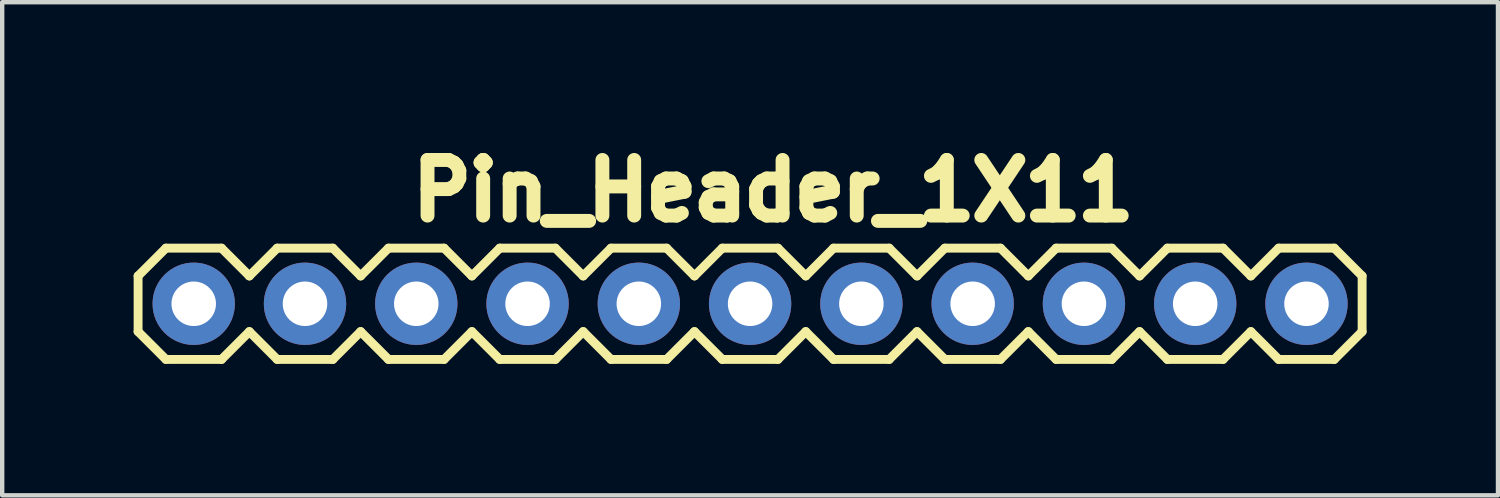
<source format=kicad_pcb>
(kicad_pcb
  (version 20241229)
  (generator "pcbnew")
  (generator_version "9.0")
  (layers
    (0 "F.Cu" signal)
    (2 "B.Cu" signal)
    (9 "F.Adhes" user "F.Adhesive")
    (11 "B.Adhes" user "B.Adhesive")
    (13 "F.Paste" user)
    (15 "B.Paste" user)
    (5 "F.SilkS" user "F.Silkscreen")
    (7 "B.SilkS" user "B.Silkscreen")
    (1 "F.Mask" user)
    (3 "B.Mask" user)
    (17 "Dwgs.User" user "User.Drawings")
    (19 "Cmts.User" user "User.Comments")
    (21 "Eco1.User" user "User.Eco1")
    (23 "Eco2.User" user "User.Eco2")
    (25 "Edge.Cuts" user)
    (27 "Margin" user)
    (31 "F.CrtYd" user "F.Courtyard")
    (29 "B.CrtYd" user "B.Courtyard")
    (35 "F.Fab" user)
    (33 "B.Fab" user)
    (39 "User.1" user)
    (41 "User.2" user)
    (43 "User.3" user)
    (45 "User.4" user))
  (footprint "Pin_Header_1X11"
    (layer "F.Cu")
    (at 12.772 3.764)
    (property "Reference" "Pin_Header_1X11" (at 1.829 -2.464 0) (layer "F.SilkS") (effects (font (size 1.27 1.27) (thickness 0.318))))
    (attr exclude_from_pos_files exclude_from_bom)
    (fp_line (start -12.67 -0.515) (end -12.67 0.755) (stroke (width 0.203) (type solid)) (layer "F.SilkS"))
    (fp_line (start -12.67 0.755) (end -12.035 1.39) (stroke (width 0.203) (type solid)) (layer "F.SilkS"))
    (fp_line (start -12.035 -1.15) (end -12.67 -0.515) (stroke (width 0.203) (type solid)) (layer "F.SilkS"))
    (fp_line (start -12.035 -1.15) (end -10.765 -1.15) (stroke (width 0.203) (type solid)) (layer "F.SilkS"))
    (fp_line (start -10.765 -1.15) (end -10.13 -0.515) (stroke (width 0.203) (type solid)) (layer "F.SilkS"))
    (fp_line (start -10.765 1.39) (end -12.035 1.39) (stroke (width 0.203) (type solid)) (layer "F.SilkS"))
    (fp_line (start -10.13 -0.515) (end -9.495 -1.15) (stroke (width 0.203) (type solid)) (layer "F.SilkS"))
    (fp_line (start -10.13 0.755) (end -10.765 1.39) (stroke (width 0.203) (type solid)) (layer "F.SilkS"))
    (fp_line (start -9.495 -1.15) (end -8.225 -1.15) (stroke (width 0.203) (type solid)) (layer "F.SilkS"))
    (fp_line (start -9.495 1.39) (end -10.13 0.755) (stroke (width 0.203) (type solid)) (layer "F.SilkS"))
    (fp_line (start -8.225 -1.15) (end -7.59 -0.515) (stroke (width 0.203) (type solid)) (layer "F.SilkS"))
    (fp_line (start -8.225 1.39) (end -9.495 1.39) (stroke (width 0.203) (type solid)) (layer "F.SilkS"))
    (fp_line (start -7.59 -0.515) (end -6.955 -1.15) (stroke (width 0.203) (type solid)) (layer "F.SilkS"))
    (fp_line (start -7.59 0.755) (end -8.225 1.39) (stroke (width 0.203) (type solid)) (layer "F.SilkS"))
    (fp_line (start -6.955 -1.15) (end -5.685 -1.15) (stroke (width 0.203) (type solid)) (layer "F.SilkS"))
    (fp_line (start -6.955 1.39) (end -7.59 0.755) (stroke (width 0.203) (type solid)) (layer "F.SilkS"))
    (fp_line (start -5.685 -1.15) (end -5.05 -0.515) (stroke (width 0.203) (type solid)) (layer "F.SilkS"))
    (fp_line (start -5.685 1.39) (end -6.955 1.39) (stroke (width 0.203) (type solid)) (layer "F.SilkS"))
    (fp_line (start -5.05 0.755) (end -5.685 1.39) (stroke (width 0.203) (type solid)) (layer "F.SilkS"))
    (fp_line (start -5.05 0.755) (end -4.415 1.39) (stroke (width 0.203) (type solid)) (layer "F.SilkS"))
    (fp_line (start -4.415 -1.15) (end -5.05 -0.515) (stroke (width 0.203) (type solid)) (layer "F.SilkS"))
    (fp_line (start -4.415 -1.15) (end -3.145 -1.15) (stroke (width 0.203) (type solid)) (layer "F.SilkS"))
    (fp_line (start -3.145 -1.15) (end -2.51 -0.515) (stroke (width 0.203) (type solid)) (layer "F.SilkS"))
    (fp_line (start -3.145 1.39) (end -4.415 1.39) (stroke (width 0.203) (type solid)) (layer "F.SilkS"))
    (fp_line (start -2.51 -0.515) (end -1.875 -1.15) (stroke (width 0.203) (type solid)) (layer "F.SilkS"))
    (fp_line (start -2.51 0.755) (end -3.145 1.39) (stroke (width 0.203) (type solid)) (layer "F.SilkS"))
    (fp_line (start -1.875 -1.15) (end -0.605 -1.15) (stroke (width 0.203) (type solid)) (layer "F.SilkS"))
    (fp_line (start -1.875 1.39) (end -2.51 0.755) (stroke (width 0.203) (type solid)) (layer "F.SilkS"))
    (fp_line (start -0.605 -1.15) (end 0.03 -0.515) (stroke (width 0.203) (type solid)) (layer "F.SilkS"))
    (fp_line (start -0.605 1.39) (end -1.875 1.39) (stroke (width 0.203) (type solid)) (layer "F.SilkS"))
    (fp_line (start 0.03 -0.515) (end 0.665 -1.15) (stroke (width 0.203) (type solid)) (layer "F.SilkS"))
    (fp_line (start 0.03 0.755) (end -0.605 1.39) (stroke (width 0.203) (type solid)) (layer "F.SilkS"))
    (fp_line (start 0.665 -1.15) (end 1.935 -1.15) (stroke (width 0.203) (type solid)) (layer "F.SilkS"))
    (fp_line (start 0.665 1.39) (end 0.03 0.755) (stroke (width 0.203) (type solid)) (layer "F.SilkS"))
    (fp_line (start 1.935 -1.15) (end 2.57 -0.515) (stroke (width 0.203) (type solid)) (layer "F.SilkS"))
    (fp_line (start 1.935 1.39) (end 0.665 1.39) (stroke (width 0.203) (type solid)) (layer "F.SilkS"))
    (fp_line (start 2.57 0.755) (end 1.935 1.39) (stroke (width 0.203) (type solid)) (layer "F.SilkS"))
    (fp_line (start 2.57 0.755) (end 3.205 1.39) (stroke (width 0.203) (type solid)) (layer "F.SilkS"))
    (fp_line (start 3.205 -1.15) (end 2.57 -0.515) (stroke (width 0.203) (type solid)) (layer "F.SilkS"))
    (fp_line (start 3.205 -1.15) (end 4.475 -1.15) (stroke (width 0.203) (type solid)) (layer "F.SilkS"))
    (fp_line (start 4.475 -1.15) (end 5.11 -0.515) (stroke (width 0.203) (type solid)) (layer "F.SilkS"))
    (fp_line (start 4.475 1.39) (end 3.205 1.39) (stroke (width 0.203) (type solid)) (layer "F.SilkS"))
    (fp_line (start 5.11 0.755) (end 4.475 1.39) (stroke (width 0.203) (type solid)) (layer "F.SilkS"))
    (fp_line (start 5.11 0.755) (end 5.745 1.39) (stroke (width 0.203) (type solid)) (layer "F.SilkS"))
    (fp_line (start 5.745 -1.15) (end 5.11 -0.515) (stroke (width 0.203) (type solid)) (layer "F.SilkS"))
    (fp_line (start 5.745 -1.15) (end 7.015 -1.15) (stroke (width 0.203) (type solid)) (layer "F.SilkS"))
    (fp_line (start 7.015 -1.15) (end 7.65 -0.515) (stroke (width 0.203) (type solid)) (layer "F.SilkS"))
    (fp_line (start 7.015 1.39) (end 5.745 1.39) (stroke (width 0.203) (type solid)) (layer "F.SilkS"))
    (fp_line (start 7.65 0.755) (end 7.015 1.39) (stroke (width 0.203) (type solid)) (layer "F.SilkS"))
    (fp_line (start 7.65 0.755) (end 8.285 1.39) (stroke (width 0.203) (type solid)) (layer "F.SilkS"))
    (fp_line (start 8.285 -1.15) (end 7.65 -0.515) (stroke (width 0.203) (type solid)) (layer "F.SilkS"))
    (fp_line (start 8.285 -1.15) (end 9.555 -1.15) (stroke (width 0.203) (type solid)) (layer "F.SilkS"))
    (fp_line (start 9.555 -1.15) (end 10.19 -0.515) (stroke (width 0.203) (type solid)) (layer "F.SilkS"))
    (fp_line (start 9.555 1.39) (end 8.285 1.39) (stroke (width 0.203) (type solid)) (layer "F.SilkS"))
    (fp_line (start 10.19 0.755) (end 9.555 1.39) (stroke (width 0.203) (type solid)) (layer "F.SilkS"))
    (fp_line (start 10.19 0.755) (end 10.825 1.39) (stroke (width 0.203) (type solid)) (layer "F.SilkS"))
    (fp_line (start 10.825 -1.15) (end 10.19 -0.515) (stroke (width 0.203) (type solid)) (layer "F.SilkS"))
    (fp_line (start 10.825 -1.15) (end 12.095 -1.15) (stroke (width 0.203) (type solid)) (layer "F.SilkS"))
    (fp_line (start 12.095 -1.15) (end 12.73 -0.515) (stroke (width 0.203) (type solid)) (layer "F.SilkS"))
    (fp_line (start 12.095 1.39) (end 10.825 1.39) (stroke (width 0.203) (type solid)) (layer "F.SilkS"))
    (fp_line (start 12.73 0.755) (end 12.095 1.39) (stroke (width 0.203) (type solid)) (layer "F.SilkS"))
    (fp_line (start 12.73 0.755) (end 13.365 1.39) (stroke (width 0.203) (type solid)) (layer "F.SilkS"))
    (fp_line (start 13.365 -1.15) (end 12.73 -0.515) (stroke (width 0.203) (type solid)) (layer "F.SilkS"))
    (fp_line (start 13.365 -1.15) (end 14.635 -1.15) (stroke (width 0.203) (type solid)) (layer "F.SilkS"))
    (fp_line (start 14.635 -1.15) (end 15.27 -0.515) (stroke (width 0.203) (type solid)) (layer "F.SilkS"))
    (fp_line (start 14.635 1.39) (end 13.365 1.39) (stroke (width 0.203) (type solid)) (layer "F.SilkS"))
    (fp_line (start 15.27 -0.515) (end 15.27 0.755) (stroke (width 0.203) (type solid)) (layer "F.SilkS"))
    (fp_line (start 15.27 0.755) (end 14.635 1.39) (stroke (width 0.203) (type solid)) (layer "F.SilkS"))
    (fp_line (start -11.654 -0.134) (end -11.146 -0.134) (stroke (width 0.066) (type solid)) (layer "Dwgs.User"))
    (fp_line (start -11.654 0.374) (end -11.654 -0.134) (stroke (width 0.066) (type solid)) (layer "Dwgs.User"))
    (fp_line (start -11.654 0.374) (end -11.146 0.374) (stroke (width 0.066) (type solid)) (layer "Dwgs.User"))
    (fp_line (start -11.146 0.374) (end -11.146 -0.134) (stroke (width 0.066) (type solid)) (layer "Dwgs.User"))
    (fp_line (start -9.114 -0.134) (end -8.606 -0.134) (stroke (width 0.066) (type solid)) (layer "Dwgs.User"))
    (fp_line (start -9.114 0.374) (end -9.114 -0.134) (stroke (width 0.066) (type solid)) (layer "Dwgs.User"))
    (fp_line (start -9.114 0.374) (end -8.606 0.374) (stroke (width 0.066) (type solid)) (layer "Dwgs.User"))
    (fp_line (start -8.606 0.374) (end -8.606 -0.134) (stroke (width 0.066) (type solid)) (layer "Dwgs.User"))
    (fp_line (start -6.574 -0.134) (end -6.066 -0.134) (stroke (width 0.066) (type solid)) (layer "Dwgs.User"))
    (fp_line (start -6.574 0.374) (end -6.574 -0.134) (stroke (width 0.066) (type solid)) (layer "Dwgs.User"))
    (fp_line (start -6.574 0.374) (end -6.066 0.374) (stroke (width 0.066) (type solid)) (layer "Dwgs.User"))
    (fp_line (start -6.066 0.374) (end -6.066 -0.134) (stroke (width 0.066) (type solid)) (layer "Dwgs.User"))
    (fp_line (start -4.034 -0.134) (end -3.526 -0.134) (stroke (width 0.066) (type solid)) (layer "Dwgs.User"))
    (fp_line (start -4.034 0.374) (end -4.034 -0.134) (stroke (width 0.066) (type solid)) (layer "Dwgs.User"))
    (fp_line (start -4.034 0.374) (end -3.526 0.374) (stroke (width 0.066) (type solid)) (layer "Dwgs.User"))
    (fp_line (start -3.526 0.374) (end -3.526 -0.134) (stroke (width 0.066) (type solid)) (layer "Dwgs.User"))
    (fp_line (start -1.494 -0.134) (end -0.986 -0.134) (stroke (width 0.066) (type solid)) (layer "Dwgs.User"))
    (fp_line (start -1.494 0.374) (end -1.494 -0.134) (stroke (width 0.066) (type solid)) (layer "Dwgs.User"))
    (fp_line (start -1.494 0.374) (end -0.986 0.374) (stroke (width 0.066) (type solid)) (layer "Dwgs.User"))
    (fp_line (start -0.986 0.374) (end -0.986 -0.134) (stroke (width 0.066) (type solid)) (layer "Dwgs.User"))
    (fp_line (start 1.046 -0.134) (end 1.554 -0.134) (stroke (width 0.066) (type solid)) (layer "Dwgs.User"))
    (fp_line (start 1.046 0.374) (end 1.046 -0.134) (stroke (width 0.066) (type solid)) (layer "Dwgs.User"))
    (fp_line (start 1.046 0.374) (end 1.554 0.374) (stroke (width 0.066) (type solid)) (layer "Dwgs.User"))
    (fp_line (start 1.554 0.374) (end 1.554 -0.134) (stroke (width 0.066) (type solid)) (layer "Dwgs.User"))
    (fp_line (start 3.586 -0.134) (end 4.094 -0.134) (stroke (width 0.066) (type solid)) (layer "Dwgs.User"))
    (fp_line (start 3.586 0.374) (end 3.586 -0.134) (stroke (width 0.066) (type solid)) (layer "Dwgs.User"))
    (fp_line (start 3.586 0.374) (end 4.094 0.374) (stroke (width 0.066) (type solid)) (layer "Dwgs.User"))
    (fp_line (start 4.094 0.374) (end 4.094 -0.134) (stroke (width 0.066) (type solid)) (layer "Dwgs.User"))
    (fp_line (start 6.123 -0.134) (end 6.634 -0.134) (stroke (width 0.066) (type solid)) (layer "Dwgs.User"))
    (fp_line (start 6.123 0.374) (end 6.123 -0.134) (stroke (width 0.066) (type solid)) (layer "Dwgs.User"))
    (fp_line (start 6.123 0.374) (end 6.634 0.374) (stroke (width 0.066) (type solid)) (layer "Dwgs.User"))
    (fp_line (start 6.634 0.374) (end 6.634 -0.134) (stroke (width 0.066) (type solid)) (layer "Dwgs.User"))
    (fp_line (start 8.666 -0.134) (end 9.174 -0.134) (stroke (width 0.066) (type solid)) (layer "Dwgs.User"))
    (fp_line (start 8.666 0.374) (end 8.666 -0.134) (stroke (width 0.066) (type solid)) (layer "Dwgs.User"))
    (fp_line (start 8.666 0.374) (end 9.174 0.374) (stroke (width 0.066) (type solid)) (layer "Dwgs.User"))
    (fp_line (start 9.174 0.374) (end 9.174 -0.134) (stroke (width 0.066) (type solid)) (layer "Dwgs.User"))
    (fp_line (start 11.206 -0.134) (end 11.714 -0.134) (stroke (width 0.066) (type solid)) (layer "Dwgs.User"))
    (fp_line (start 11.206 0.374) (end 11.206 -0.134) (stroke (width 0.066) (type solid)) (layer "Dwgs.User"))
    (fp_line (start 11.206 0.374) (end 11.714 0.374) (stroke (width 0.066) (type solid)) (layer "Dwgs.User"))
    (fp_line (start 11.714 0.374) (end 11.714 -0.134) (stroke (width 0.066) (type solid)) (layer "Dwgs.User"))
    (fp_line (start 13.746 -0.134) (end 14.254 -0.134) (stroke (width 0.066) (type solid)) (layer "Dwgs.User"))
    (fp_line (start 13.746 0.374) (end 13.746 -0.134) (stroke (width 0.066) (type solid)) (layer "Dwgs.User"))
    (fp_line (start 13.746 0.374) (end 14.254 0.374) (stroke (width 0.066) (type solid)) (layer "Dwgs.User"))
    (fp_line (start 14.254 0.374) (end 14.254 -0.134) (stroke (width 0.066) (type solid)) (layer "Dwgs.User"))
    (pad "1" thru_hole circle (at -11.4 0.12) (size 1.88 1.88) (drill 1.016) (layers "*.Cu" "*.Paste" "*.Mask"))
    (pad "2" thru_hole circle (at -8.86 0.12) (size 1.88 1.88) (drill 1.016) (layers "*.Cu" "*.Paste" "*.Mask"))
    (pad "3" thru_hole circle (at -6.32 0.12) (size 1.88 1.88) (drill 1.016) (layers "*.Cu" "*.Paste" "*.Mask"))
    (pad "4" thru_hole circle (at -3.78 0.12) (size 1.88 1.88) (drill 1.016) (layers "*.Cu" "*.Paste" "*.Mask"))
    (pad "5" thru_hole circle (at -1.24 0.12) (size 1.88 1.88) (drill 1.016) (layers "*.Cu" "*.Paste" "*.Mask"))
    (pad "6" thru_hole circle (at 1.3 0.12) (size 1.88 1.88) (drill 1.016) (layers "*.Cu" "*.Paste" "*.Mask"))
    (pad "7" thru_hole circle (at 3.84 0.12) (size 1.88 1.88) (drill 1.016) (layers "*.Cu" "*.Paste" "*.Mask"))
    (pad "8" thru_hole circle (at 6.38 0.12) (size 1.88 1.88) (drill 1.016) (layers "*.Cu" "*.Paste" "*.Mask"))
    (pad "9" thru_hole circle (at 8.92 0.12) (size 1.88 1.88) (drill 1.016) (layers "*.Cu" "*.Paste" "*.Mask"))
    (pad "10" thru_hole circle (at 11.46 0.12) (size 1.88 1.88) (drill 1.016) (layers "*.Cu" "*.Paste" "*.Mask"))
    (pad "11" thru_hole circle (at 14 0.12) (size 1.88 1.88) (drill 1.016) (layers "*.Cu" "*.Paste" "*.Mask")))
  (gr_rect
    (start -3 -3)
    (end 31.143 8.256)
    (stroke (width 0.1) (type default))
    (fill no)
    (layer "Edge.Cuts")))
</source>
